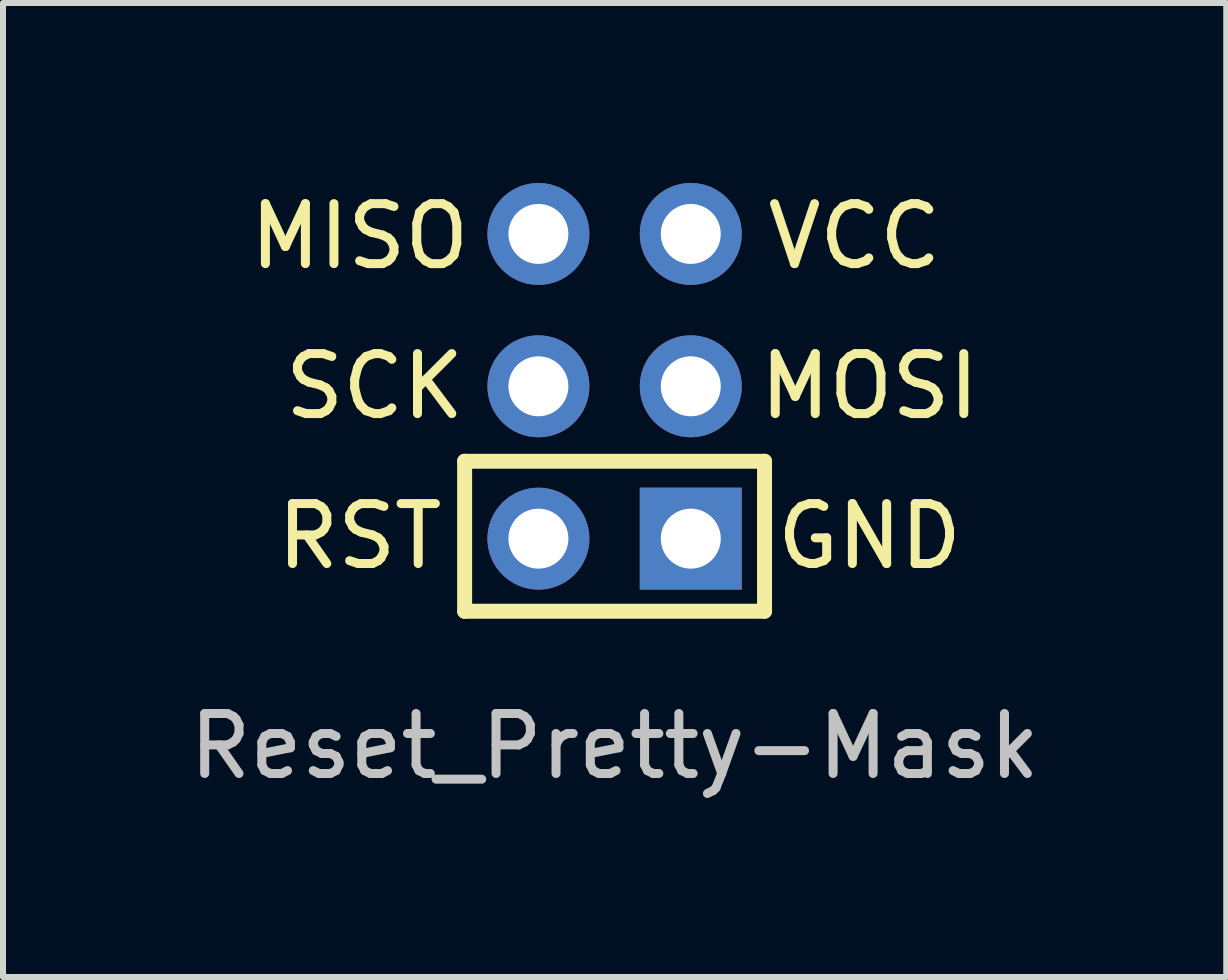
<source format=kicad_pcb>
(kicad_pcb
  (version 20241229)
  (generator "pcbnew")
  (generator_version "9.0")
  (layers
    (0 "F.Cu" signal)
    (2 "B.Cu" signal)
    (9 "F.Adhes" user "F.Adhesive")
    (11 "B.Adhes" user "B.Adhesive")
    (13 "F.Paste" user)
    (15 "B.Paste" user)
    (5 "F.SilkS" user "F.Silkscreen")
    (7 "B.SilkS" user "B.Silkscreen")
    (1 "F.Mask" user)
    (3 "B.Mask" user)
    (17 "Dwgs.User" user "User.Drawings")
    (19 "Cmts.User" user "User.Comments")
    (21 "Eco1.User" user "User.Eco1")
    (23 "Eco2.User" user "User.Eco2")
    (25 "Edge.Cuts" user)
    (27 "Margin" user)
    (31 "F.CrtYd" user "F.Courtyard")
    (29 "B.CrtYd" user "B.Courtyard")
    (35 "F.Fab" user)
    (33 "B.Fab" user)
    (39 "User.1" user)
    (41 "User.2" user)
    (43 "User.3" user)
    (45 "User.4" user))
  (footprint "Reset_Pretty-Mask"
    (layer "F.Cu")
    (at 7.196 3.39)
    (property "Reference" "Reset_Pretty-Mask" (at 0 6 0) (layer "Dwgs.User") (effects (font (size 1 1) (thickness 0.15))))
    (attr through_hole)
    (fp_line (start -2.5 1.25) (end 2.5 1.25) (stroke (width 0.25) (type solid)) (layer "F.SilkS"))
    (fp_line (start -2.5 3.75) (end -2.5 1.25) (stroke (width 0.25) (type solid)) (layer "F.SilkS"))
    (fp_line (start 2.5 1.25) (end 2.5 3.75) (stroke (width 0.25) (type solid)) (layer "F.SilkS"))
    (fp_line (start 2.5 3.75) (end -2.5 3.75) (stroke (width 0.25) (type solid)) (layer "F.SilkS"))
    (fp_text user "MISO" (at -4.25 -2.5 0) (layer "F.SilkS") (effects (font (size 1 1) (thickness 0.15))))
    (fp_text user "MOSI" (at 4.25 0 0) (layer "F.SilkS") (effects (font (size 1 1) (thickness 0.15))))
    (fp_text user "VCC" (at 4 -2.5 0) (layer "F.SilkS") (effects (font (size 1 1) (thickness 0.15))))
    (fp_text user "RST" (at -4.25 2.5 0) (layer "F.SilkS") (effects (font (size 1 1) (thickness 0.15))))
    (fp_text user "GND" (at 4.25 2.5 0) (layer "F.SilkS") (effects (font (size 1 1) (thickness 0.15))))
    (fp_text user "SCK" (at -4 0 0) (layer "F.SilkS") (effects (font (size 1 1) (thickness 0.15))))
    (pad "1" thru_hole circle (at -1.27 -2.54) (size 1.7 1.7) (drill 1) (layers "*.Cu" "F.Mask"))
    (pad "2" thru_hole circle (at 1.27 -2.54) (size 1.7 1.7) (drill 1) (layers "*.Cu" "F.Mask"))
    (pad "3" thru_hole circle (at -1.27 0) (size 1.7 1.7) (drill 1) (layers "*.Cu" "F.Mask"))
    (pad "4" thru_hole circle (at 1.27 0) (size 1.7 1.7) (drill 1) (layers "*.Cu" "F.Mask"))
    (pad "5" thru_hole circle (at -1.27 2.54) (size 1.7 1.7) (drill 1) (layers "*.Cu" "F.Mask"))
    (pad "6" thru_hole rect (at 1.27 2.54) (size 1.7 1.7) (drill 1) (layers "*.Cu" "F.Mask")))
  (gr_rect
    (start -3 -3)
    (end 17.393 13.238)
    (stroke (width 0.1) (type default))
    (fill no)
    (layer "Edge.Cuts")))
</source>
